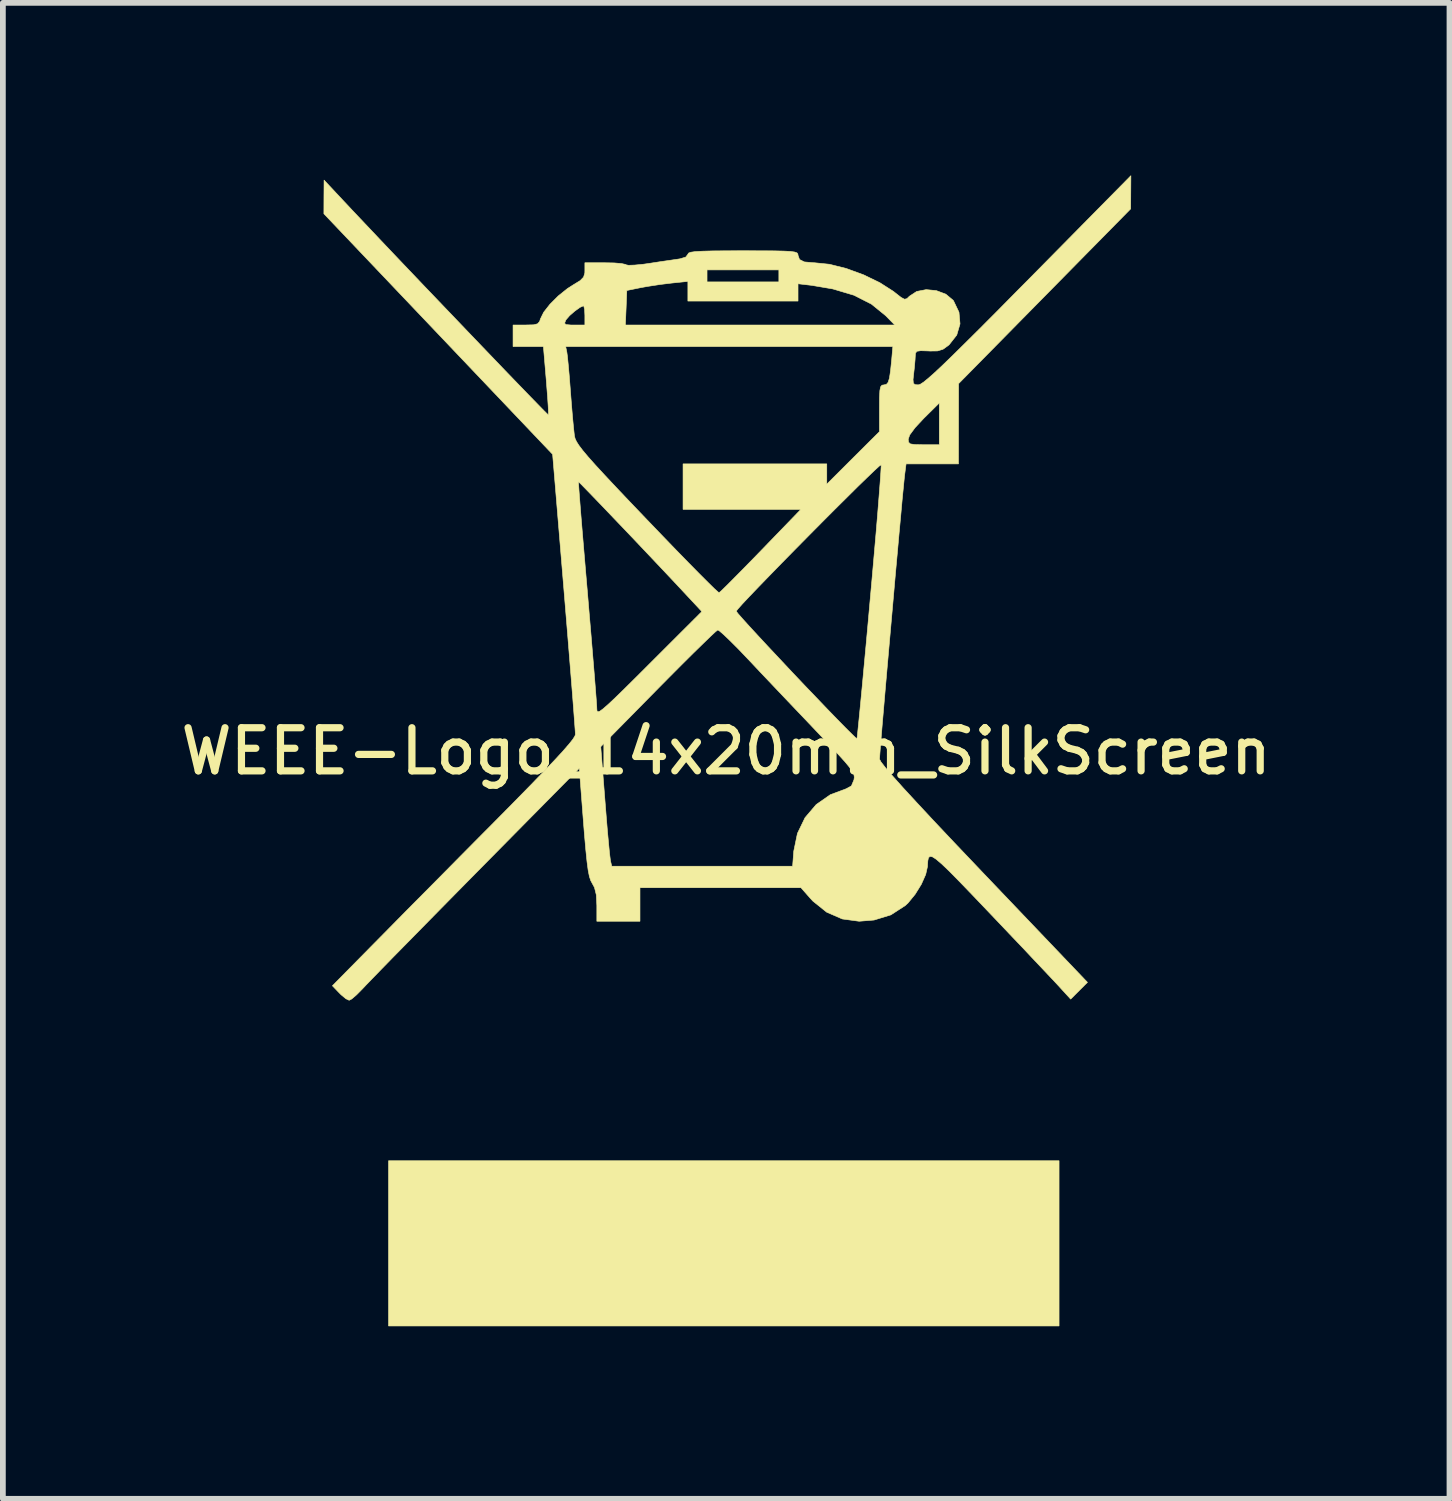
<source format=kicad_pcb>
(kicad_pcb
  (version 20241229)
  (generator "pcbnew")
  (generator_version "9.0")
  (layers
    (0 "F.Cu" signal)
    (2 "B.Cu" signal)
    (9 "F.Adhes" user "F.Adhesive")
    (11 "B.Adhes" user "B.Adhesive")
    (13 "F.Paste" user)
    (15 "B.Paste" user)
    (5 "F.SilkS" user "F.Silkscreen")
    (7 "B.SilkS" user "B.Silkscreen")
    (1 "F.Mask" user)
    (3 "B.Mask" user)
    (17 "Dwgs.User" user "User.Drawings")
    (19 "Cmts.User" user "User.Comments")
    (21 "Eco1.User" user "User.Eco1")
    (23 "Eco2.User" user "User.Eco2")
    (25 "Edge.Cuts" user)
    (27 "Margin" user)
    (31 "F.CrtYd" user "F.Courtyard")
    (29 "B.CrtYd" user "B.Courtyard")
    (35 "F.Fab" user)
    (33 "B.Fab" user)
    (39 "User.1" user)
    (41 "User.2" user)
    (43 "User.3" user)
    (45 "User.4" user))
  (footprint "WEEE-Logo_14x20mm_SilkScreen"
    (layer "F.Cu")
    (at 9.577 10.013)
    (property "Reference" "WEEE-Logo_14x20mm_SilkScreen" (at 0 0 0) (layer "F.SilkS") (effects (font (size 0.75 0.75) (thickness 0.125))))
    (attr exclude_from_pos_files exclude_from_bom allow_missing_courtyard)
    (fp_poly (pts (xy 5.788 9.993) (xy -5.871 9.993) (xy -5.871 7.12) (xy 5.788 7.12) (xy 5.788 9.993)) (stroke (width 0.01) (type solid)) (fill yes) (layer "F.SilkS"))
    (fp_poly (pts (xy 7.035 -9.72) (xy 7.033 -9.431) (xy 4.041 -6.392) (xy 4.04 -5.694) (xy 4.039 -4.997) (xy 3.128 -4.997) (xy 3.105 -4.82) (xy 3.096 -4.739) (xy 3.081 -4.587) (xy 3.06 -4.373) (xy 3.036 -4.106) (xy 3.007 -3.795) (xy 2.976 -3.448) (xy 2.942 -3.076) (xy 2.908 -2.687) (xy 2.873 -2.29) (xy 2.838 -1.895) (xy 2.804 -1.51) (xy 2.772 -1.144) (xy 2.743 -0.806) (xy 2.717 -0.506) (xy 2.696 -0.253) (xy 2.68 -0.055) (xy 2.67 0.078) (xy 2.666 0.138) (xy 2.666 0.138) (xy 2.692 0.186) (xy 2.768 0.284) (xy 2.897 0.434) (xy 3.079 0.638) (xy 3.316 0.895) (xy 3.607 1.208) (xy 3.955 1.577) (xy 4.361 2.004) (xy 4.475 2.124) (xy 6.282 4.018) (xy 6.136 4.164) (xy 5.99 4.31) (xy 5.754 4.052) (xy 5.667 3.959) (xy 5.532 3.816) (xy 5.357 3.631) (xy 5.152 3.413) (xy 4.924 3.174) (xy 4.684 2.921) (xy 4.54 2.77) (xy 4.27 2.487) (xy 4.052 2.261) (xy 3.88 2.086) (xy 3.748 1.96) (xy 3.652 1.878) (xy 3.585 1.835) (xy 3.542 1.828) (xy 3.517 1.853) (xy 3.506 1.905) (xy 3.501 1.98) (xy 3.501 2.001) (xy 3.469 2.143) (xy 3.393 2.314) (xy 3.285 2.488) (xy 3.163 2.637) (xy 3.114 2.683) (xy 2.864 2.845) (xy 2.571 2.935) (xy 2.312 2.956) (xy 2.018 2.916) (xy 1.747 2.798) (xy 1.507 2.605) (xy 1.463 2.557) (xy 1.301 2.373) (xy -1.499 2.373) (xy -1.499 2.956) (xy -2.249 2.956) (xy -2.249 2.684) (xy -2.258 2.498) (xy -2.29 2.369) (xy -2.328 2.299) (xy -2.355 2.249) (xy -2.379 2.176) (xy -2.4 2.07) (xy -2.42 1.919) (xy -2.441 1.714) (xy -2.465 1.443) (xy -2.481 1.241) (xy -2.554 0.296) (xy -4.35 2.115) (xy -4.675 2.445) (xy -4.986 2.761) (xy -5.279 3.059) (xy -5.548 3.333) (xy -5.787 3.576) (xy -5.99 3.784) (xy -6.151 3.95) (xy -6.265 4.068) (xy -6.326 4.133) (xy -6.427 4.235) (xy -6.511 4.307) (xy -6.556 4.33) (xy -6.613 4.303) (xy -6.697 4.233) (xy -6.726 4.204) (xy -6.847 4.078) (xy -6.182 3.403) (xy -6.012 3.231) (xy -5.794 3.01) (xy -5.536 2.748) (xy -5.247 2.457) (xy -4.939 2.146) (xy -4.62 1.823) (xy -4.3 1.5) (xy -4.07 1.269) (xy -3.721 0.916) (xy -3.428 0.617) (xy -3.187 0.368) (xy -2.994 0.166) (xy -2.845 0.005) (xy -2.772 -0.079) (xy -2.181 -0.079) (xy -2.107 0.866) (xy -2.085 1.143) (xy -2.064 1.397) (xy -2.044 1.613) (xy -2.028 1.779) (xy -2.015 1.882) (xy -2.012 1.905) (xy -1.99 1.999) (xy 1.155 1.999) (xy 1.175 1.737) (xy 1.239 1.428) (xy 1.371 1.155) (xy 1.565 0.927) (xy 1.811 0.755) (xy 2.087 0.652) (xy 2.177 0.603) (xy 2.221 0.499) (xy 2.222 0.495) (xy 2.228 0.451) (xy 2.221 0.406) (xy 2.196 0.352) (xy 2.146 0.28) (xy 2.064 0.181) (xy 1.944 0.049) (xy 1.78 -0.127) (xy 1.565 -0.353) (xy 1.551 -0.368) (xy 1.32 -0.611) (xy 1.074 -0.869) (xy 0.83 -1.126) (xy 0.605 -1.363) (xy 0.417 -1.563) (xy 0.375 -1.607) (xy 0.214 -1.776) (xy 0.071 -1.919) (xy -0.044 -2.029) (xy -0.121 -2.095) (xy -0.146 -2.109) (xy -0.185 -2.079) (xy -0.274 -1.996) (xy -0.407 -1.867) (xy -0.578 -1.7) (xy -0.779 -1.5) (xy -1.002 -1.276) (xy -1.185 -1.091) (xy -2.181 -0.079) (xy -2.772 -0.079) (xy -2.738 -0.118) (xy -2.667 -0.207) (xy -2.63 -0.266) (xy -2.622 -0.293) (xy -2.625 -0.352) (xy -2.635 -0.487) (xy -2.65 -0.689) (xy -2.67 -0.951) (xy -2.695 -1.265) (xy -2.724 -1.623) (xy -2.756 -2.018) (xy -2.791 -2.441) (xy -2.819 -2.78) (xy -2.978 -4.687) (xy -2.569 -4.687) (xy -2.567 -4.646) (xy -2.559 -4.53) (xy -2.545 -4.347) (xy -2.526 -4.106) (xy -2.502 -3.815) (xy -2.474 -3.483) (xy -2.443 -3.116) (xy -2.413 -2.768) (xy -2.38 -2.373) (xy -2.348 -2) (xy -2.32 -1.658) (xy -2.295 -1.356) (xy -2.275 -1.103) (xy -2.26 -0.908) (xy -2.251 -0.779) (xy -2.249 -0.729) (xy -2.245 -0.698) (xy -2.229 -0.686) (xy -2.196 -0.697) (xy -2.14 -0.738) (xy -2.054 -0.813) (xy -1.932 -0.927) (xy -1.769 -1.086) (xy -1.559 -1.294) (xy -1.336 -1.517) (xy -0.423 -2.429) (xy -0.429 -2.436) (xy 0.175 -2.436) (xy 0.202 -2.398) (xy 0.279 -2.31) (xy 0.398 -2.178) (xy 0.551 -2.012) (xy 0.73 -1.819) (xy 0.928 -1.608) (xy 1.136 -1.386) (xy 1.348 -1.162) (xy 1.556 -0.945) (xy 1.751 -0.741) (xy 1.926 -0.56) (xy 2.073 -0.41) (xy 2.186 -0.298) (xy 2.254 -0.232) (xy 2.273 -0.219) (xy 2.28 -0.262) (xy 2.292 -0.38) (xy 2.311 -0.567) (xy 2.335 -0.814) (xy 2.364 -1.115) (xy 2.396 -1.461) (xy 2.432 -1.846) (xy 2.47 -2.262) (xy 2.5 -2.597) (xy 2.539 -3.032) (xy 2.575 -3.442) (xy 2.608 -3.819) (xy 2.636 -4.156) (xy 2.659 -4.446) (xy 2.677 -4.68) (xy 2.689 -4.852) (xy 2.695 -4.955) (xy 2.694 -4.981) (xy 2.661 -4.958) (xy 2.578 -4.882) (xy 2.451 -4.76) (xy 2.288 -4.602) (xy 2.097 -4.412) (xy 1.883 -4.2) (xy 1.656 -3.972) (xy 1.422 -3.736) (xy 1.188 -3.499) (xy 0.962 -3.269) (xy 0.751 -3.052) (xy 0.562 -2.857) (xy 0.402 -2.69) (xy 0.28 -2.56) (xy 0.202 -2.472) (xy 0.175 -2.436) (xy -0.429 -2.436) (xy -0.763 -2.794) (xy -0.936 -2.979) (xy -1.131 -3.186) (xy -1.339 -3.406) (xy -1.553 -3.632) (xy -1.765 -3.855) (xy -1.968 -4.067) (xy -2.153 -4.261) (xy -2.313 -4.427) (xy -2.441 -4.559) (xy -2.528 -4.648) (xy -2.568 -4.686) (xy -2.569 -4.687) (xy -2.978 -4.687) (xy -3.018 -5.163) (xy -5.007 -7.255) (xy -6.995 -9.346) (xy -6.994 -9.639) (xy -6.992 -9.931) (xy -6.671 -9.588) (xy -6.491 -9.396) (xy -6.279 -9.172) (xy -6.04 -8.919) (xy -5.78 -8.645) (xy -5.505 -8.356) (xy -5.22 -8.057) (xy -4.931 -7.755) (xy -4.644 -7.455) (xy -4.365 -7.163) (xy -4.099 -6.886) (xy -3.853 -6.629) (xy -3.631 -6.399) (xy -3.439 -6.2) (xy -3.284 -6.041) (xy -3.171 -5.925) (xy -3.105 -5.86) (xy -3.091 -5.848) (xy -3.09 -5.891) (xy -3.095 -6.002) (xy -3.106 -6.166) (xy -3.122 -6.368) (xy -3.128 -6.448) (xy -3.178 -7.037) (xy -2.791 -7.037) (xy -2.771 -6.943) (xy -2.761 -6.869) (xy -2.747 -6.73) (xy -2.73 -6.543) (xy -2.713 -6.326) (xy -2.707 -6.246) (xy -2.689 -6.016) (xy -2.671 -5.802) (xy -2.654 -5.624) (xy -2.641 -5.504) (xy -2.638 -5.482) (xy -2.627 -5.437) (xy -2.603 -5.385) (xy -2.561 -5.319) (xy -2.496 -5.233) (xy -2.403 -5.122) (xy -2.277 -4.98) (xy -2.112 -4.801) (xy -1.904 -4.579) (xy -1.647 -4.308) (xy -1.385 -4.034) (xy -1.124 -3.762) (xy -0.881 -3.51) (xy -0.661 -3.284) (xy -0.471 -3.091) (xy -0.316 -2.936) (xy -0.203 -2.825) (xy -0.137 -2.766) (xy -0.123 -2.757) (xy -0.086 -2.789) (xy 0.000097 -2.873) (xy 0.127 -3) (xy 0.287 -3.162) (xy 0.471 -3.35) (xy 0.604 -3.487) (xy 1.299 -4.206) (xy -0.75 -4.206) (xy -0.75 -4.997) (xy 1.749 -4.997) (xy 1.749 -4.644) (xy 2.207 -5.101) (xy 2.532 -5.425) (xy 3.165 -5.425) (xy 3.171 -5.374) (xy 3.201 -5.345) (xy 3.275 -5.333) (xy 3.411 -5.33) (xy 3.435 -5.33) (xy 3.706 -5.33) (xy 3.706 -6.056) (xy 3.435 -5.788) (xy 3.283 -5.625) (xy 3.191 -5.5) (xy 3.165 -5.425) (xy 2.532 -5.425) (xy 2.665 -5.557) (xy 2.665 -5.964) (xy 2.666 -6.151) (xy 2.672 -6.27) (xy 2.685 -6.336) (xy 2.709 -6.365) (xy 2.746 -6.371) (xy 2.786 -6.38) (xy 2.816 -6.415) (xy 2.839 -6.489) (xy 2.858 -6.617) (xy 2.878 -6.81) (xy 2.884 -6.881) (xy 2.898 -7.037) (xy -2.791 -7.037) (xy -3.178 -7.037) (xy -3.706 -7.037) (xy -3.706 -7.412) (xy -3.481 -7.412) (xy -3.35 -7.415) (xy -3.279 -7.433) (xy -3.27 -7.443) (xy -2.81 -7.443) (xy -2.786 -7.419) (xy -2.702 -7.412) (xy -2.646 -7.412) (xy -2.457 -7.412) (xy -1.753 -7.412) (xy 2.932 -7.412) (xy 2.773 -7.574) (xy 2.527 -7.774) (xy 2.223 -7.929) (xy 1.854 -8.039) (xy 1.489 -8.101) (xy 1.249 -8.129) (xy 1.249 -7.828) (xy -0.666 -7.828) (xy -0.666 -8.17) (xy -0.947 -8.141) (xy -1.144 -8.117) (xy -1.353 -8.085) (xy -1.478 -8.063) (xy -1.728 -8.012) (xy -1.74 -7.712) (xy -1.753 -7.412) (xy -2.457 -7.412) (xy -2.457 -7.578) (xy -2.462 -7.683) (xy -2.476 -7.741) (xy -2.482 -7.745) (xy -2.543 -7.718) (xy -2.633 -7.653) (xy -2.724 -7.574) (xy -2.786 -7.502) (xy -2.791 -7.492) (xy -2.81 -7.443) (xy -3.27 -7.443) (xy -3.244 -7.474) (xy -3.23 -7.518) (xy -3.173 -7.634) (xy -3.064 -7.773) (xy -2.92 -7.917) (xy -2.762 -8.044) (xy -2.659 -8.11) (xy -2.54 -8.183) (xy -2.48 -8.244) (xy -2.458 -8.316) (xy -2.457 -8.359) (xy -2.457 -8.37) (xy -0.333 -8.37) (xy -0.333 -8.161) (xy 0.916 -8.161) (xy 0.916 -8.37) (xy -0.333 -8.37) (xy -2.457 -8.37) (xy -2.457 -8.494) (xy -2.106 -8.494) (xy -1.945 -8.491) (xy -1.819 -8.48) (xy -1.749 -8.465) (xy -1.742 -8.459) (xy -1.698 -8.45) (xy -1.59 -8.454) (xy -1.437 -8.469) (xy -1.332 -8.484) (xy -1.143 -8.513) (xy -0.97 -8.538) (xy -0.84 -8.557) (xy -0.802 -8.563) (xy -0.702 -8.594) (xy -0.666 -8.642) (xy -0.655 -8.662) (xy -0.617 -8.677) (xy -0.541 -8.688) (xy -0.418 -8.695) (xy -0.24 -8.7) (xy 0.004 -8.702) (xy 0.291 -8.703) (xy 0.598 -8.702) (xy 0.831 -8.701) (xy 1.001 -8.697) (xy 1.117 -8.691) (xy 1.19 -8.681) (xy 1.23 -8.667) (xy 1.246 -8.647) (xy 1.249 -8.624) (xy 1.275 -8.551) (xy 1.358 -8.509) (xy 1.51 -8.495) (xy 1.537 -8.494) (xy 1.795 -8.468) (xy 2.087 -8.395) (xy 2.388 -8.285) (xy 2.671 -8.148) (xy 2.91 -7.995) (xy 2.941 -7.97) (xy 3.042 -7.891) (xy 3.101 -7.86) (xy 3.143 -7.87) (xy 3.186 -7.912) (xy 3.312 -7.995) (xy 3.477 -8.027) (xy 3.654 -8.01) (xy 3.819 -7.948) (xy 3.945 -7.843) (xy 3.954 -7.831) (xy 4.048 -7.634) (xy 4.066 -7.431) (xy 4.009 -7.237) (xy 3.878 -7.07) (xy 3.862 -7.056) (xy 3.77 -6.99) (xy 3.676 -6.961) (xy 3.544 -6.959) (xy 3.511 -6.961) (xy 3.382 -6.965) (xy 3.316 -6.955) (xy 3.292 -6.922) (xy 3.289 -6.891) (xy 3.284 -6.803) (xy 3.272 -6.669) (xy 3.263 -6.589) (xy 3.249 -6.463) (xy 3.255 -6.398) (xy 3.286 -6.374) (xy 3.342 -6.371) (xy 3.376 -6.382) (xy 3.429 -6.416) (xy 3.507 -6.479) (xy 3.614 -6.573) (xy 3.752 -6.702) (xy 3.927 -6.871) (xy 4.142 -7.083) (xy 4.402 -7.341) (xy 4.71 -7.65) (xy 5.069 -8.014) (xy 5.243 -8.189) (xy 7.037 -10.008) (xy 7.035 -9.72)) (stroke (width 0.01) (type solid)) (fill yes) (layer "F.SilkS")))
  (gr_rect
    (start -3 -3)
    (end 22.154 23.011)
    (stroke (width 0.1) (type default))
    (fill no)
    (layer "Edge.Cuts")))
</source>
